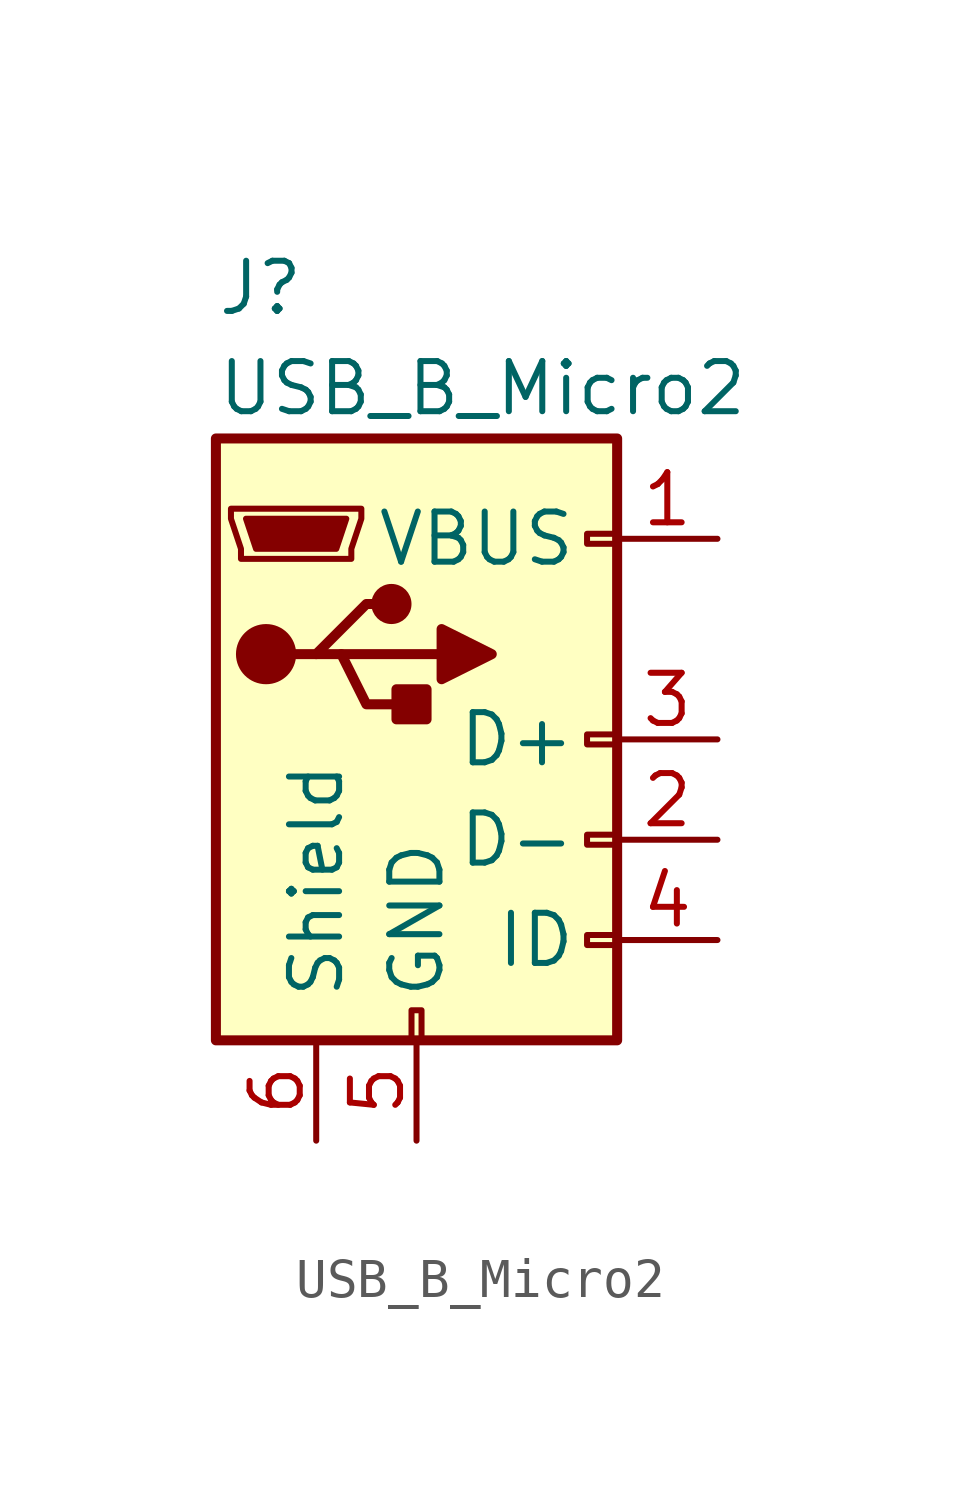
<source format=kicad_sym>
(kicad_symbol_lib
  (version 20220914)
  (generator kicad_symbol_editor)
  (symbol "USB_B_Micro2"
    (pin_names
      (offset 1.016))
    (property "Reference" "J"
      (at -5.08 11.43 0)
      (effects (font (size 1.27 1.27)) (justify left)))
    (property "Value" "USB_B_Micro2"
      (at -5.08 8.89 0)
      (effects (font (size 1.27 1.27)) (justify left)))
    (symbol "USB_B_Micro2_0_1"
      (rectangle (start -5.08 7.62) (end 5.08 -7.62) (stroke (width 0.254) (type default)) (fill (type background)))
      (circle (center -3.81 2.159) (radius 0.635) (stroke (width 0.254) (type default)) (fill (type outline)))
      (circle (center -0.635 3.429) (radius 0.381) (stroke (width 0.254) (type default)) (fill (type outline)))
      (rectangle (start -0.127 -7.62) (end 0.127 -6.858) (stroke (width 0) (type default)) (fill (type none)))
      (polyline (pts (xy -1.905 2.159) (xy 0.635 2.159)) (stroke (width 0.254) (type default)) (fill (type none)))
      (polyline (pts (xy -3.175 2.159) (xy -2.54 2.159) (xy -1.27 3.429) (xy -0.635 3.429)) (stroke (width 0.254) (type default)) (fill (type none)))
      (polyline (pts (xy -2.54 2.159) (xy -1.905 2.159) (xy -1.27 0.889) (xy 0 0.889)) (stroke (width 0.254) (type default)) (fill (type none)))
      (polyline (pts (xy 0.635 2.794) (xy 0.635 1.524) (xy 1.905 2.159) (xy 0.635 2.794)) (stroke (width 0.254) (type default)) (fill (type outline)))
      (polyline (pts (xy -4.318 5.588) (xy -1.778 5.588) (xy -2.032 4.826) (xy -4.064 4.826) (xy -4.318 5.588)) (stroke (width 0) (type default)) (fill (type outline)))
      (polyline (pts (xy -4.699 5.842) (xy -4.699 5.588) (xy -4.445 4.826) (xy -4.445 4.572) (xy -1.651 4.572) (xy -1.651 4.826) (xy -1.397 5.588) (xy -1.397 5.842) (xy -4.699 5.842)) (stroke (width 0) (type default)) (fill (type none)))
      (rectangle (start 0.254 1.27) (end -0.508 0.508) (stroke (width 0.254) (type default)) (fill (type outline)))
      (rectangle (start 5.08 -5.207) (end 4.318 -4.953) (stroke (width 0) (type default)) (fill (type none)))
      (rectangle (start 5.08 -2.667) (end 4.318 -2.413) (stroke (width 0) (type default)) (fill (type none)))
      (rectangle (start 5.08 -0.127) (end 4.318 0.127) (stroke (width 0) (type default)) (fill (type none)))
      (rectangle (start 5.08 4.953) (end 4.318 5.207) (stroke (width 0) (type default)) (fill (type none))))
    (symbol "USB_B_Micro2_1_1"
      (pin power_out line (at 7.62 5.08 180) (length 2.54) (name "VBUS" (effects (font (size 1.27 1.27)))) (number "1" (effects (font (size 1.27 1.27)))))
      (pin bidirectional line (at 7.62 -2.54 180) (length 2.54) (name "D-" (effects (font (size 1.27 1.27)))) (number "2" (effects (font (size 1.27 1.27)))))
      (pin bidirectional line (at 7.62 0 180) (length 2.54) (name "D+" (effects (font (size 1.27 1.27)))) (number "3" (effects (font (size 1.27 1.27)))))
      (pin passive line (at 7.62 -5.08 180) (length 2.54) (name "ID" (effects (font (size 1.27 1.27)))) (number "4" (effects (font (size 1.27 1.27)))))
      (pin passive line (at 0 -10.16 90) (length 2.54) (name "GND" (effects (font (size 1.27 1.27)))) (number "5" (effects (font (size 1.27 1.27)))))
      (pin passive line (at -2.54 -10.16 90) (length 2.54) (name "Shield" (effects (font (size 1.27 1.27)))) (number "6" (effects (font (size 1.27 1.27))))))))
</source>
